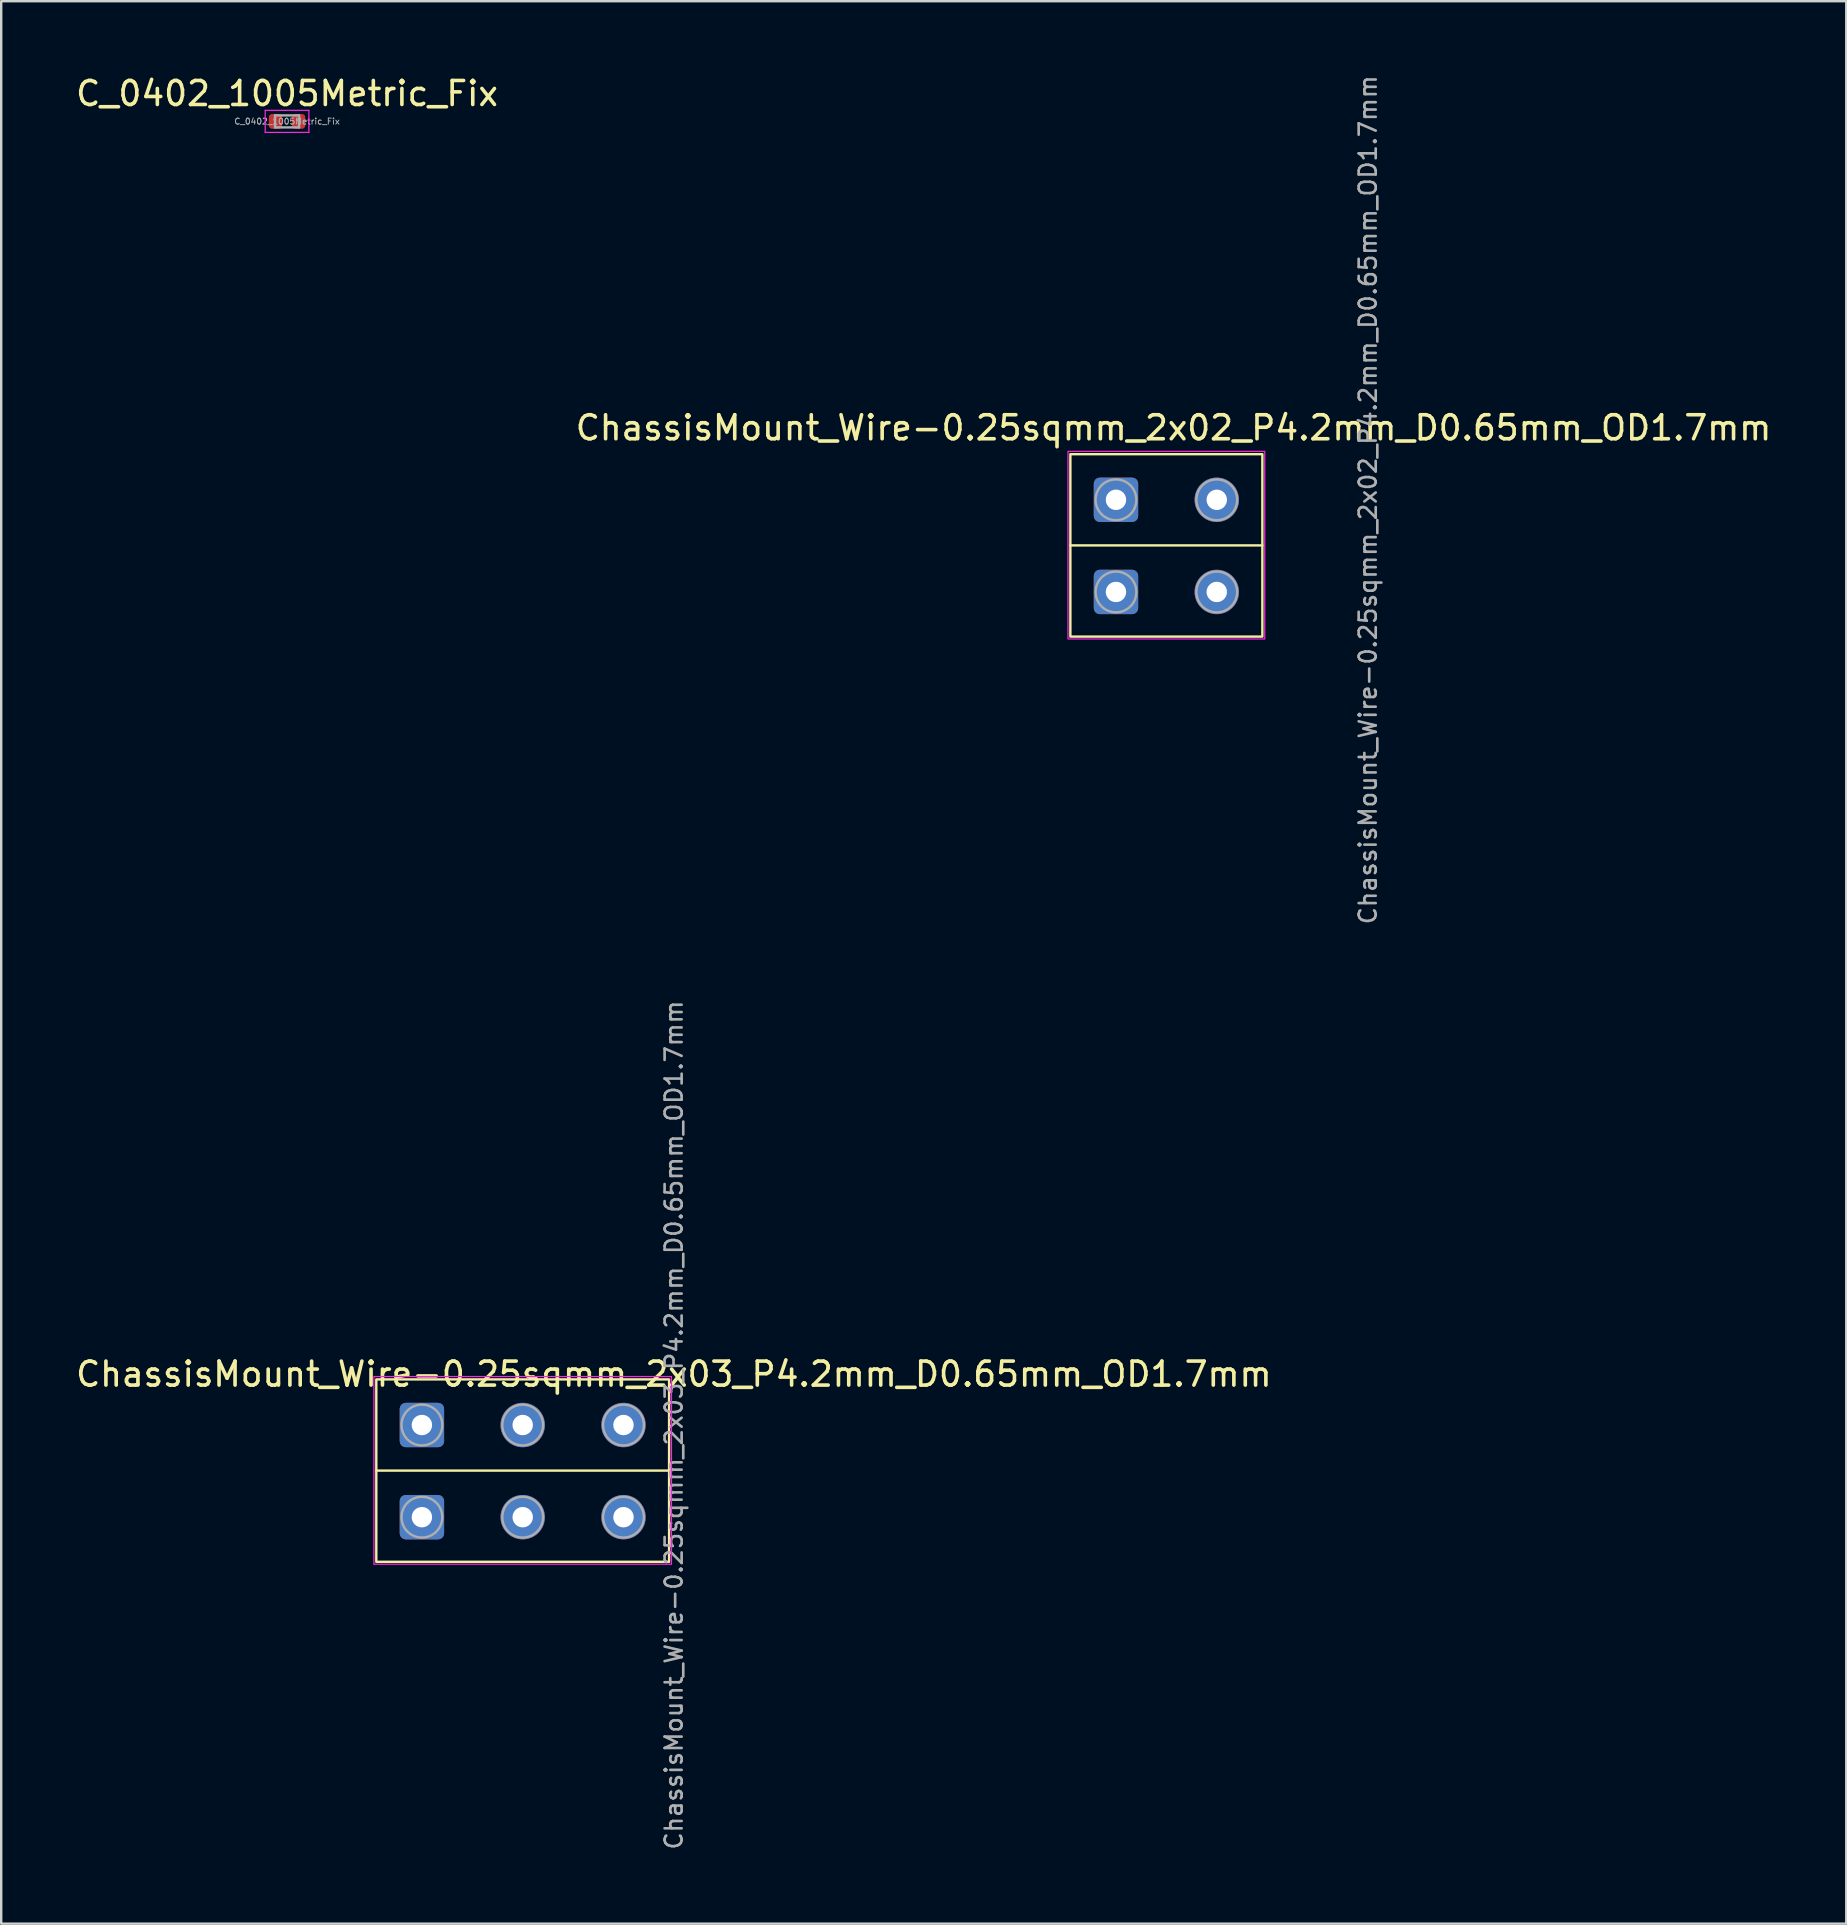
<source format=kicad_pcb>
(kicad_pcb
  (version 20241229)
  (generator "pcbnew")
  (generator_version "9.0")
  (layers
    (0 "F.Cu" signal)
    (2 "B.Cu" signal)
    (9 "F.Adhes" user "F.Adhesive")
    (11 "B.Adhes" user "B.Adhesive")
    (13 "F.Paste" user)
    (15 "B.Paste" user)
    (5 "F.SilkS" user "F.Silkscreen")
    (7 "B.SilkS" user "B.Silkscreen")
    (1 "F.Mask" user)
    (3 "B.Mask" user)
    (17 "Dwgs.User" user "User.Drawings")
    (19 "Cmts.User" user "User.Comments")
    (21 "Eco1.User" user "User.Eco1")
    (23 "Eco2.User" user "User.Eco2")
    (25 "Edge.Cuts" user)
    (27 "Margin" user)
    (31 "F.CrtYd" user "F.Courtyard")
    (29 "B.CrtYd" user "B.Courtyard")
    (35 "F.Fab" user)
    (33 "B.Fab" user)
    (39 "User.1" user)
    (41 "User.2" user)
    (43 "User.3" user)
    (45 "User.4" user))
  (footprint "ChassisMount_Wire-0.25sqmm_2x02_P4.2mm_D0.65mm_OD1.7mm"
    (layer "F.Cu")
    (at 43.451 17.776)
    (property "Reference" "ChassisMount_Wire-0.25sqmm_2x02_P4.2mm_D0.65mm_OD1.7mm" (at 2.4 -3 0) (layer "F.SilkS") (effects (font (size 1 1) (thickness 0.15))))
    (attr exclude_from_pos_files exclude_from_bom)
    (fp_line (start -1.9 1.9) (end 6.1 1.9) (stroke (width 0.1) (type default)) (layer "F.SilkS"))
    (fp_rect (start -1.9 -1.9) (end 6.1 5.7) (stroke (width 0.1) (type default)) (fill no) (layer "F.SilkS"))
    (fp_rect (start -2 -2.02) (end 6.2 5.8) (stroke (width 0.05) (type solid)) (fill no) (layer "F.CrtYd"))
    (fp_circle (center 0 0) (end 0.85 0) (stroke (width 0.1) (type solid)) (fill no) (layer "F.Fab"))
    (fp_circle (center 0 3.84) (end 0.85 3.84) (stroke (width 0.1) (type solid)) (fill no) (layer "F.Fab"))
    (fp_circle (center 4.2 0) (end 5.05 0) (stroke (width 0.1) (type solid)) (fill no) (layer "F.Fab"))
    (fp_circle (center 4.2 3.84) (end 5.05 3.84) (stroke (width 0.1) (type solid)) (fill no) (layer "F.Fab"))
    (fp_text user "${REFERENCE}" (at 10.5 0 90) (layer "F.Fab") (effects (font (size 0.71 0.71) (thickness 0.11))))
    (pad "1" thru_hole roundrect (at 0 0) (size 1.85 1.85) (drill 0.85) (layers "*.Cu" "*.Mask") (roundrect_rratio 0.135))
    (pad "2" thru_hole circle (at 4.2 0) (size 1.85 1.85) (drill 0.85) (layers "*.Cu" "*.Mask"))
    (pad "3" thru_hole roundrect (at 0 3.84) (size 1.85 1.85) (drill 0.85) (layers "*.Cu" "*.Mask") (roundrect_rratio 0.135))
    (pad "4" thru_hole circle (at 4.2 3.84) (size 1.85 1.85) (drill 0.85) (layers "*.Cu" "*.Mask")))
  (footprint "ChassisMount_Wire-0.25sqmm_2x03_P4.2mm_D0.65mm_OD1.7mm"
    (layer "F.Cu")
    (at 14.53 56.329)
    (property "Reference" "ChassisMount_Wire-0.25sqmm_2x03_P4.2mm_D0.65mm_OD1.7mm" (at 10.5 -2.12 0) (layer "F.SilkS") (effects (font (size 1 1) (thickness 0.15))))
    (attr exclude_from_pos_files exclude_from_bom)
    (fp_line (start -1.9 1.9) (end 10.3 1.9) (stroke (width 0.1) (type default)) (layer "F.SilkS"))
    (fp_rect (start -1.9 -1.9) (end 10.3 5.7) (stroke (width 0.1) (type default)) (fill no) (layer "F.SilkS"))
    (fp_rect (start -2 -2.02) (end 10.4 5.8) (stroke (width 0.05) (type solid)) (fill no) (layer "F.CrtYd"))
    (fp_circle (center 0 0) (end 0.85 0) (stroke (width 0.1) (type solid)) (fill no) (layer "F.Fab"))
    (fp_circle (center 0 3.84) (end 0.85 3.84) (stroke (width 0.1) (type solid)) (fill no) (layer "F.Fab"))
    (fp_circle (center 4.2 0) (end 5.05 0) (stroke (width 0.1) (type solid)) (fill no) (layer "F.Fab"))
    (fp_circle (center 4.2 3.84) (end 5.05 3.84) (stroke (width 0.1) (type solid)) (fill no) (layer "F.Fab"))
    (fp_circle (center 8.4 0) (end 9.25 0) (stroke (width 0.1) (type solid)) (fill no) (layer "F.Fab"))
    (fp_circle (center 8.4 3.84) (end 9.25 3.84) (stroke (width 0.1) (type solid)) (fill no) (layer "F.Fab"))
    (fp_text user "${REFERENCE}" (at 10.5 0 90) (layer "F.Fab") (effects (font (size 0.71 0.71) (thickness 0.11))))
    (pad "1" thru_hole roundrect (at 0 0) (size 1.85 1.85) (drill 0.85) (layers "*.Cu" "*.Mask") (roundrect_rratio 0.135))
    (pad "2" thru_hole circle (at 4.2 0) (size 1.85 1.85) (drill 0.85) (layers "*.Cu" "*.Mask"))
    (pad "3" thru_hole circle (at 8.4 0) (size 1.85 1.85) (drill 0.85) (layers "*.Cu" "*.Mask"))
    (pad "4" thru_hole roundrect (at 0 3.84) (size 1.85 1.85) (drill 0.85) (layers "*.Cu" "*.Mask") (roundrect_rratio 0.135))
    (pad "5" thru_hole circle (at 4.2 3.84) (size 1.85 1.85) (drill 0.85) (layers "*.Cu" "*.Mask"))
    (pad "6" thru_hole circle (at 8.4 3.84) (size 1.85 1.85) (drill 0.85) (layers "*.Cu" "*.Mask")))
  (footprint "C_0402_1005Metric_Fix"
    (layer "F.Cu")
    (at 8.911 2.008)
    (property "Reference" "C_0402_1005Metric_Fix" (at 0 -1.16 0) (layer "F.SilkS") (effects (font (size 1 1) (thickness 0.15))))
    (attr smd)
    (fp_line (start -0.91 -0.46) (end 0.91 -0.46) (stroke (width 0.05) (type solid)) (layer "F.CrtYd"))
    (fp_line (start -0.91 0.46) (end -0.91 -0.46) (stroke (width 0.05) (type solid)) (layer "F.CrtYd"))
    (fp_line (start 0.91 -0.46) (end 0.91 0.46) (stroke (width 0.05) (type solid)) (layer "F.CrtYd"))
    (fp_line (start 0.91 0.46) (end -0.91 0.46) (stroke (width 0.05) (type solid)) (layer "F.CrtYd"))
    (fp_line (start -0.5 -0.25) (end 0.5 -0.25) (stroke (width 0.1) (type solid)) (layer "F.Fab"))
    (fp_line (start -0.5 0.25) (end -0.5 -0.25) (stroke (width 0.1) (type solid)) (layer "F.Fab"))
    (fp_line (start 0.5 -0.25) (end 0.5 0.25) (stroke (width 0.1) (type solid)) (layer "F.Fab"))
    (fp_line (start 0.5 0.25) (end -0.5 0.25) (stroke (width 0.1) (type solid)) (layer "F.Fab"))
    (fp_text user "${REFERENCE}" (at 0 0 0) (layer "F.Fab") (effects (font (size 0.25 0.25) (thickness 0.04))))
    (pad "1" smd roundrect (at -0.48 0) (size 0.56 0.62) (layers "F.Cu" "F.Mask" "F.Paste") (roundrect_rratio 0.25))
    (pad "2" smd roundrect (at 0.48 0) (size 0.56 0.62) (layers "F.Cu" "F.Mask" "F.Paste") (roundrect_rratio 0.25)))
  (gr_rect
    (start -3 -3)
    (end 73.881 77.106)
    (stroke (width 0.1) (type default))
    (fill no)
    (layer "Edge.Cuts")))
</source>
